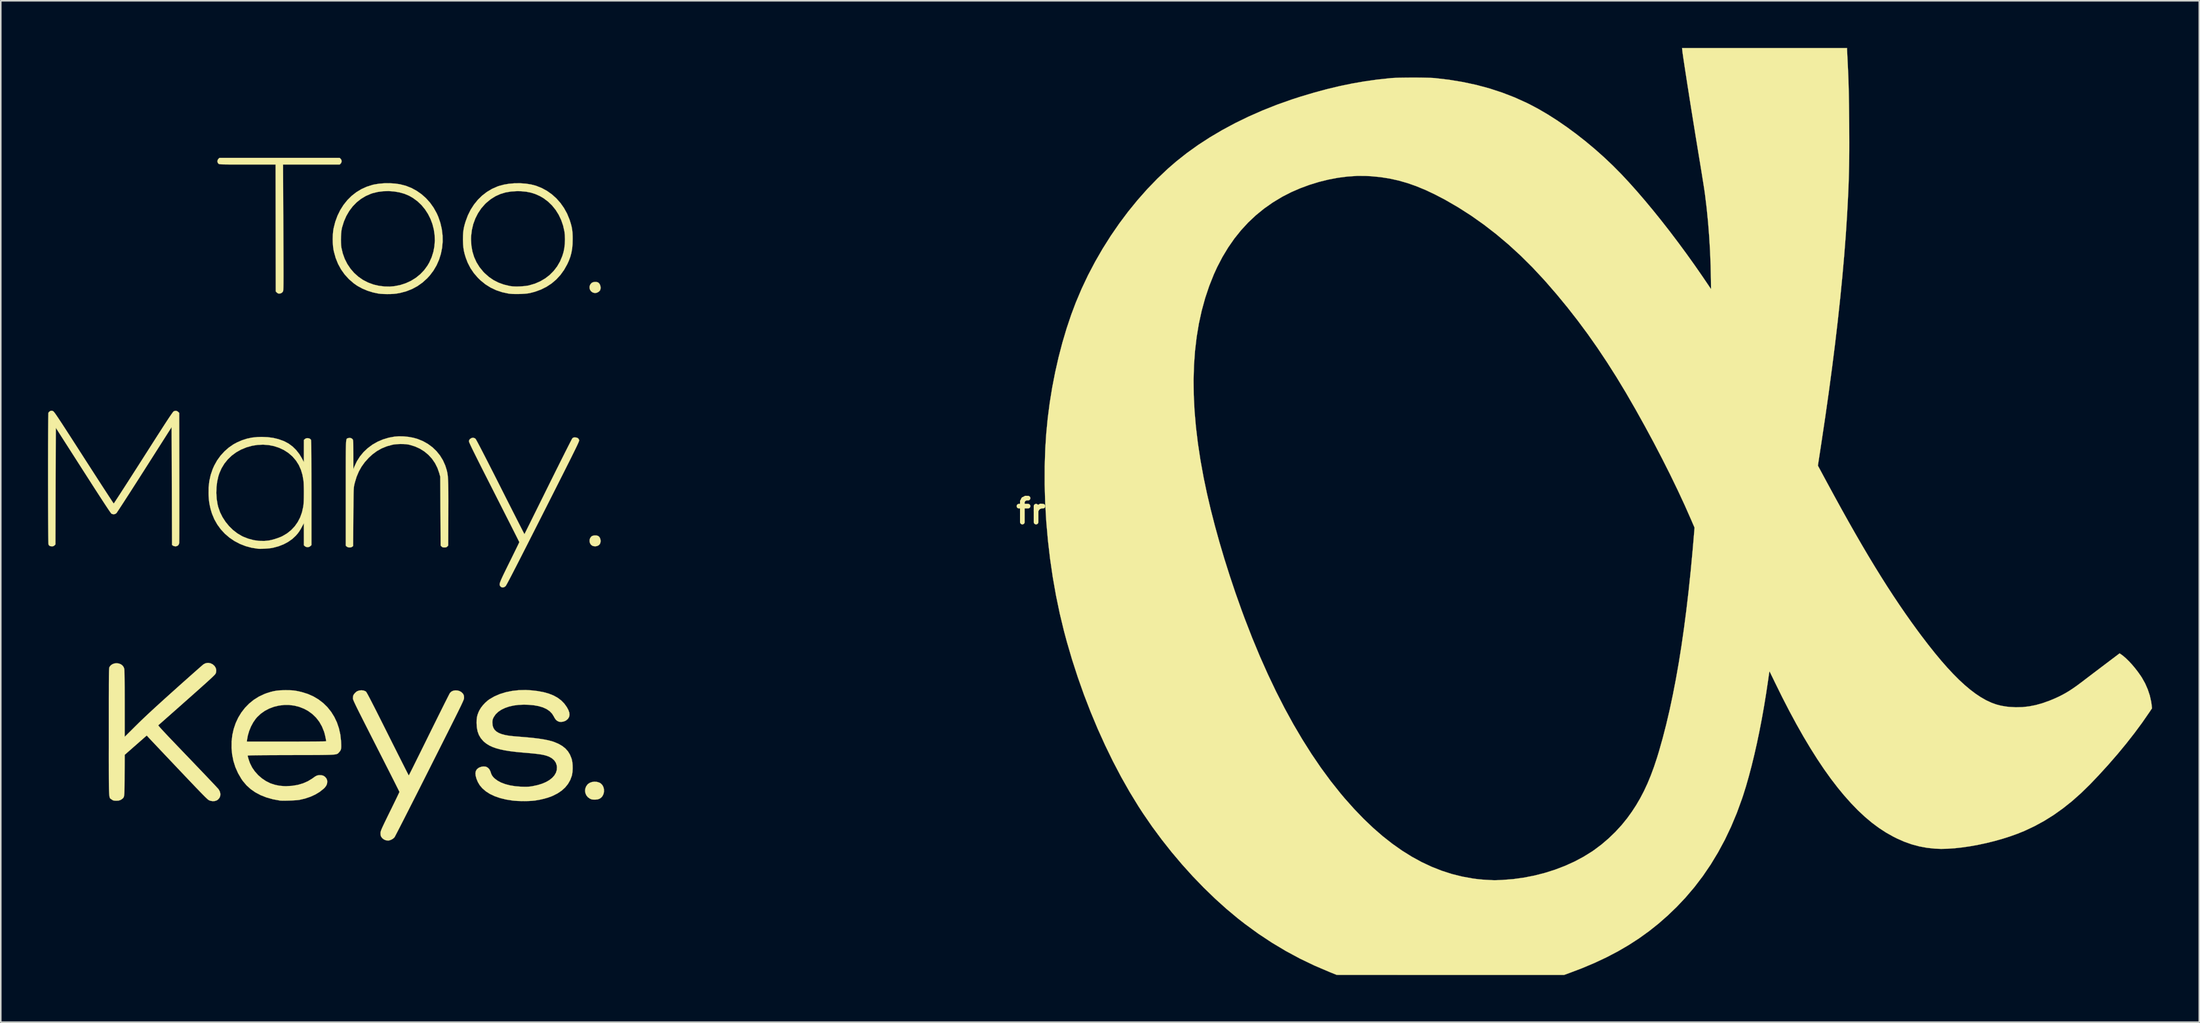
<source format=kicad_pcb>
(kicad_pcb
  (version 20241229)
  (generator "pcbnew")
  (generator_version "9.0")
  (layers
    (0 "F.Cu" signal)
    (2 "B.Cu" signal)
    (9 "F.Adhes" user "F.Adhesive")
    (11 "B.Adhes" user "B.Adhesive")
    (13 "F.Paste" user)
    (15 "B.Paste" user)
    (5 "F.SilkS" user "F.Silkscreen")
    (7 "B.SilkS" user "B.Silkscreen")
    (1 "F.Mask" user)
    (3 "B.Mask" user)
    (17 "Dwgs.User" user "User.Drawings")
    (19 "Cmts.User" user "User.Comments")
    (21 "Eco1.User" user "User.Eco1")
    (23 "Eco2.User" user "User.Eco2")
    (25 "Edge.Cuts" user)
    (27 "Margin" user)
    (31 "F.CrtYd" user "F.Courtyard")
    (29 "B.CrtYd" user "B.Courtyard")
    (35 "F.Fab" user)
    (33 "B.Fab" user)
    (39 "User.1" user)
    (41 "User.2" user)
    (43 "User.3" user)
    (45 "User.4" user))
  (footprint "front_silk"
    (layer "F.Cu")
    (at 66.876 29.482)
    (property "Reference" "front_silk" (at 0 0 0) (layer "F.SilkS") (effects (font (size 1.524 1.524) (thickness 0.3))))
    (attr through_hole)
    (fp_poly (pts (xy -31.99 1.543) (xy -31.899 1.571) (xy -31.825 1.635) (xy -31.774 1.729) (xy -31.747 1.84) (xy -31.749 1.955) (xy -31.782 2.062) (xy -31.792 2.08) (xy -31.865 2.16) (xy -31.966 2.211) (xy -32.083 2.231) (xy -32.202 2.218) (xy -32.282 2.187) (xy -32.369 2.116) (xy -32.424 2.019) (xy -32.448 1.908) (xy -32.441 1.794) (xy -32.402 1.689) (xy -32.33 1.603) (xy -32.298 1.58) (xy -32.211 1.548) (xy -32.101 1.536) (xy -31.99 1.543)) (stroke (width 0.01) (type solid)) (fill yes) (layer "F.SilkS"))
    (fp_poly (pts (xy -31.993 -14.589) (xy -31.901 -14.557) (xy -31.893 -14.552) (xy -31.82 -14.479) (xy -31.77 -14.377) (xy -31.745 -14.262) (xy -31.75 -14.149) (xy -31.785 -14.051) (xy -31.795 -14.038) (xy -31.878 -13.959) (xy -31.987 -13.905) (xy -32.092 -13.887) (xy -32.172 -13.899) (xy -32.253 -13.926) (xy -32.259 -13.929) (xy -32.356 -14.002) (xy -32.42 -14.099) (xy -32.449 -14.211) (xy -32.443 -14.326) (xy -32.4 -14.434) (xy -32.321 -14.525) (xy -32.305 -14.537) (xy -32.215 -14.578) (xy -32.104 -14.595) (xy -31.993 -14.589)) (stroke (width 0.01) (type solid)) (fill yes) (layer "F.SilkS"))
    (fp_poly (pts (xy -31.973 17.219) (xy -31.825 17.265) (xy -31.737 17.316) (xy -31.637 17.417) (xy -31.569 17.544) (xy -31.533 17.687) (xy -31.53 17.837) (xy -31.56 17.984) (xy -31.624 18.118) (xy -31.7 18.209) (xy -31.801 18.284) (xy -31.921 18.329) (xy -32.071 18.347) (xy -32.124 18.348) (xy -32.232 18.345) (xy -32.313 18.331) (xy -32.389 18.302) (xy -32.431 18.282) (xy -32.558 18.191) (xy -32.652 18.073) (xy -32.711 17.937) (xy -32.733 17.791) (xy -32.718 17.643) (xy -32.664 17.502) (xy -32.571 17.376) (xy -32.556 17.36) (xy -32.435 17.277) (xy -32.29 17.225) (xy -32.132 17.206) (xy -31.973 17.219)) (stroke (width 0.01) (type solid)) (fill yes) (layer "F.SilkS"))
    (fp_poly (pts (xy -48.272 -22.428) (xy -48.22 -22.35) (xy -48.208 -22.259) (xy -48.234 -22.17) (xy -48.269 -22.125) (xy -48.327 -22.066) (xy -51.933 -22.066) (xy -51.915 -18.065) (xy -51.913 -17.55) (xy -51.911 -17.08) (xy -51.909 -16.654) (xy -51.908 -16.27) (xy -51.907 -15.925) (xy -51.906 -15.617) (xy -51.905 -15.343) (xy -51.905 -15.103) (xy -51.905 -14.894) (xy -51.906 -14.713) (xy -51.907 -14.558) (xy -51.908 -14.427) (xy -51.91 -14.319) (xy -51.912 -14.23) (xy -51.915 -14.159) (xy -51.918 -14.104) (xy -51.921 -14.062) (xy -51.925 -14.031) (xy -51.929 -14.009) (xy -51.934 -13.994) (xy -51.936 -13.989) (xy -52.004 -13.907) (xy -52.098 -13.86) (xy -52.21 -13.853) (xy -52.23 -13.856) (xy -52.282 -13.88) (xy -52.336 -13.924) (xy -52.338 -13.926) (xy -52.395 -13.987) (xy -52.401 -18.027) (xy -52.407 -22.066) (xy -54.191 -22.066) (xy -54.526 -22.066) (xy -54.816 -22.066) (xy -55.065 -22.067) (xy -55.276 -22.067) (xy -55.452 -22.068) (xy -55.597 -22.07) (xy -55.714 -22.072) (xy -55.806 -22.074) (xy -55.877 -22.077) (xy -55.93 -22.082) (xy -55.968 -22.087) (xy -55.995 -22.093) (xy -56.013 -22.1) (xy -56.027 -22.108) (xy -56.037 -22.116) (xy -56.088 -22.183) (xy -56.105 -22.269) (xy -56.087 -22.357) (xy -56.039 -22.428) (xy -55.977 -22.486) (xy -48.333 -22.486) (xy -48.272 -22.428)) (stroke (width 0.01) (type solid)) (fill yes) (layer "F.SilkS"))
    (fp_poly (pts (xy -44.812 -20.852) (xy -44.504 -20.808) (xy -44.133 -20.713) (xy -43.779 -20.574) (xy -43.445 -20.394) (xy -43.133 -20.176) (xy -42.846 -19.921) (xy -42.587 -19.633) (xy -42.36 -19.313) (xy -42.166 -18.964) (xy -42.07 -18.75) (xy -41.934 -18.357) (xy -41.842 -17.959) (xy -41.793 -17.558) (xy -41.786 -17.159) (xy -41.822 -16.765) (xy -41.899 -16.38) (xy -42.016 -16.008) (xy -42.173 -15.652) (xy -42.37 -15.316) (xy -42.605 -15.004) (xy -42.772 -14.822) (xy -43.069 -14.554) (xy -43.388 -14.327) (xy -43.731 -14.142) (xy -44.099 -13.997) (xy -44.493 -13.892) (xy -44.721 -13.852) (xy -44.892 -13.833) (xy -45.095 -13.822) (xy -45.312 -13.819) (xy -45.528 -13.824) (xy -45.727 -13.836) (xy -45.871 -13.853) (xy -46.224 -13.927) (xy -46.571 -14.036) (xy -46.902 -14.176) (xy -47.207 -14.343) (xy -47.436 -14.502) (xy -47.745 -14.771) (xy -48.015 -15.067) (xy -48.246 -15.392) (xy -48.437 -15.743) (xy -48.589 -16.121) (xy -48.7 -16.524) (xy -48.718 -16.606) (xy -48.751 -16.828) (xy -48.77 -17.078) (xy -48.774 -17.284) (xy -48.253 -17.284) (xy -48.25 -17.091) (xy -48.241 -16.918) (xy -48.224 -16.78) (xy -48.138 -16.41) (xy -48.012 -16.06) (xy -47.847 -15.734) (xy -47.646 -15.435) (xy -47.413 -15.164) (xy -47.147 -14.926) (xy -46.854 -14.722) (xy -46.533 -14.556) (xy -46.189 -14.429) (xy -46.173 -14.424) (xy -45.837 -14.347) (xy -45.492 -14.304) (xy -45.149 -14.297) (xy -44.861 -14.321) (xy -44.485 -14.395) (xy -44.129 -14.511) (xy -43.796 -14.665) (xy -43.489 -14.856) (xy -43.211 -15.082) (xy -42.964 -15.34) (xy -42.752 -15.63) (xy -42.636 -15.829) (xy -42.485 -16.164) (xy -42.377 -16.51) (xy -42.31 -16.863) (xy -42.284 -17.22) (xy -42.297 -17.577) (xy -42.348 -17.928) (xy -42.436 -18.272) (xy -42.559 -18.603) (xy -42.717 -18.917) (xy -42.908 -19.212) (xy -43.131 -19.482) (xy -43.385 -19.724) (xy -43.669 -19.933) (xy -43.928 -20.082) (xy -44.221 -20.204) (xy -44.54 -20.293) (xy -44.877 -20.35) (xy -45.224 -20.374) (xy -45.572 -20.363) (xy -45.913 -20.319) (xy -46.236 -20.24) (xy -46.344 -20.204) (xy -46.673 -20.061) (xy -46.978 -19.878) (xy -47.256 -19.657) (xy -47.505 -19.401) (xy -47.723 -19.112) (xy -47.91 -18.792) (xy -48.062 -18.444) (xy -48.178 -18.07) (xy -48.2 -17.977) (xy -48.222 -17.841) (xy -48.239 -17.672) (xy -48.249 -17.482) (xy -48.253 -17.284) (xy -48.774 -17.284) (xy -48.775 -17.342) (xy -48.767 -17.602) (xy -48.744 -17.845) (xy -48.718 -18.007) (xy -48.614 -18.418) (xy -48.472 -18.805) (xy -48.296 -19.165) (xy -48.086 -19.497) (xy -47.845 -19.798) (xy -47.575 -20.067) (xy -47.277 -20.3) (xy -46.955 -20.496) (xy -46.609 -20.653) (xy -46.242 -20.769) (xy -46.143 -20.792) (xy -45.833 -20.843) (xy -45.496 -20.871) (xy -45.151 -20.874) (xy -44.812 -20.852)) (stroke (width 0.01) (type solid)) (fill yes) (layer "F.SilkS"))
    (fp_poly (pts (xy -44.263 -4.765) (xy -43.956 -4.734) (xy -43.659 -4.68) (xy -43.389 -4.605) (xy -43.044 -4.465) (xy -42.725 -4.286) (xy -42.436 -4.072) (xy -42.179 -3.825) (xy -41.955 -3.548) (xy -41.768 -3.242) (xy -41.62 -2.911) (xy -41.531 -2.628) (xy -41.512 -2.551) (xy -41.495 -2.475) (xy -41.481 -2.394) (xy -41.468 -2.306) (xy -41.457 -2.208) (xy -41.449 -2.096) (xy -41.441 -1.966) (xy -41.435 -1.816) (xy -41.431 -1.642) (xy -41.428 -1.442) (xy -41.426 -1.21) (xy -41.425 -0.945) (xy -41.424 -0.642) (xy -41.425 -0.299) (xy -41.426 0.088) (xy -41.426 0.184) (xy -41.434 2.179) (xy -41.492 2.241) (xy -41.538 2.28) (xy -41.593 2.298) (xy -41.674 2.303) (xy -41.756 2.298) (xy -41.811 2.279) (xy -41.855 2.241) (xy -41.914 2.179) (xy -41.939 -2.195) (xy -42.002 -2.425) (xy -42.117 -2.756) (xy -42.271 -3.062) (xy -42.462 -3.34) (xy -42.687 -3.587) (xy -42.944 -3.802) (xy -43.23 -3.982) (xy -43.543 -4.124) (xy -43.879 -4.227) (xy -43.976 -4.248) (xy -44.119 -4.268) (xy -44.294 -4.278) (xy -44.483 -4.28) (xy -44.672 -4.272) (xy -44.845 -4.256) (xy -44.967 -4.236) (xy -45.327 -4.138) (xy -45.659 -4.004) (xy -45.967 -3.831) (xy -46.257 -3.616) (xy -46.483 -3.407) (xy -46.732 -3.132) (xy -46.941 -2.842) (xy -47.115 -2.532) (xy -47.257 -2.196) (xy -47.369 -1.826) (xy -47.4 -1.698) (xy -47.409 -1.655) (xy -47.418 -1.611) (xy -47.425 -1.565) (xy -47.431 -1.51) (xy -47.436 -1.445) (xy -47.441 -1.366) (xy -47.445 -1.269) (xy -47.448 -1.15) (xy -47.451 -1.006) (xy -47.453 -0.834) (xy -47.456 -0.629) (xy -47.458 -0.389) (xy -47.461 -0.109) (xy -47.463 0.213) (xy -47.464 0.368) (xy -47.478 2.211) (xy -47.535 2.257) (xy -47.614 2.295) (xy -47.711 2.305) (xy -47.807 2.289) (xy -47.883 2.248) (xy -47.887 2.244) (xy -47.946 2.185) (xy -47.946 -1.169) (xy -47.946 -1.643) (xy -47.946 -2.071) (xy -47.946 -2.455) (xy -47.946 -2.799) (xy -47.945 -3.104) (xy -47.945 -3.373) (xy -47.943 -3.608) (xy -47.942 -3.812) (xy -47.939 -3.986) (xy -47.936 -4.133) (xy -47.932 -4.256) (xy -47.927 -4.356) (xy -47.922 -4.437) (xy -47.915 -4.5) (xy -47.906 -4.547) (xy -47.897 -4.582) (xy -47.886 -4.606) (xy -47.874 -4.622) (xy -47.86 -4.632) (xy -47.844 -4.639) (xy -47.826 -4.644) (xy -47.807 -4.651) (xy -47.803 -4.653) (xy -47.705 -4.671) (xy -47.608 -4.654) (xy -47.529 -4.605) (xy -47.515 -4.589) (xy -47.503 -4.572) (xy -47.493 -4.551) (xy -47.484 -4.522) (xy -47.478 -4.481) (xy -47.473 -4.422) (xy -47.47 -4.341) (xy -47.468 -4.233) (xy -47.467 -4.093) (xy -47.466 -3.916) (xy -47.465 -3.698) (xy -47.465 -3.6) (xy -47.464 -2.674) (xy -47.397 -2.846) (xy -47.24 -3.18) (xy -47.044 -3.488) (xy -46.812 -3.769) (xy -46.546 -4.019) (xy -46.25 -4.239) (xy -45.927 -4.424) (xy -45.579 -4.573) (xy -45.209 -4.684) (xy -44.84 -4.751) (xy -44.563 -4.772) (xy -44.263 -4.765)) (stroke (width 0.01) (type solid)) (fill yes) (layer "F.SilkS"))
    (fp_poly (pts (xy -36.5 -20.847) (xy -36.164 -20.794) (xy -35.855 -20.714) (xy -35.848 -20.711) (xy -35.491 -20.569) (xy -35.154 -20.386) (xy -34.841 -20.163) (xy -34.554 -19.904) (xy -34.296 -19.612) (xy -34.07 -19.29) (xy -33.877 -18.939) (xy -33.722 -18.563) (xy -33.702 -18.504) (xy -33.636 -18.294) (xy -33.587 -18.103) (xy -33.554 -17.918) (xy -33.533 -17.724) (xy -33.523 -17.507) (xy -33.521 -17.329) (xy -33.529 -17.005) (xy -33.555 -16.715) (xy -33.602 -16.448) (xy -33.671 -16.193) (xy -33.766 -15.939) (xy -33.865 -15.722) (xy -34.066 -15.363) (xy -34.299 -15.039) (xy -34.563 -14.751) (xy -34.859 -14.499) (xy -35.186 -14.284) (xy -35.542 -14.106) (xy -35.928 -13.966) (xy -36.245 -13.884) (xy -36.388 -13.86) (xy -36.566 -13.842) (xy -36.767 -13.83) (xy -36.977 -13.823) (xy -37.185 -13.823) (xy -37.376 -13.83) (xy -37.539 -13.844) (xy -37.596 -13.852) (xy -38.003 -13.939) (xy -38.383 -14.066) (xy -38.737 -14.233) (xy -39.068 -14.441) (xy -39.376 -14.691) (xy -39.544 -14.854) (xy -39.801 -15.151) (xy -40.017 -15.47) (xy -40.194 -15.813) (xy -40.319 -16.139) (xy -40.385 -16.357) (xy -40.434 -16.56) (xy -40.467 -16.763) (xy -40.487 -16.981) (xy -40.495 -17.226) (xy -40.496 -17.304) (xy -39.983 -17.304) (xy -39.961 -16.909) (xy -39.896 -16.533) (xy -39.788 -16.179) (xy -39.637 -15.846) (xy -39.444 -15.534) (xy -39.208 -15.245) (xy -39.122 -15.155) (xy -38.851 -14.914) (xy -38.56 -14.714) (xy -38.244 -14.551) (xy -37.901 -14.426) (xy -37.527 -14.336) (xy -37.488 -14.329) (xy -37.334 -14.31) (xy -37.147 -14.302) (xy -36.941 -14.304) (xy -36.73 -14.315) (xy -36.528 -14.334) (xy -36.349 -14.362) (xy -36.289 -14.375) (xy -35.92 -14.484) (xy -35.578 -14.633) (xy -35.263 -14.819) (xy -34.978 -15.04) (xy -34.726 -15.295) (xy -34.507 -15.581) (xy -34.324 -15.897) (xy -34.18 -16.241) (xy -34.102 -16.495) (xy -34.052 -16.744) (xy -34.021 -17.02) (xy -34.01 -17.305) (xy -34.02 -17.582) (xy -34.045 -17.8) (xy -34.129 -18.177) (xy -34.252 -18.535) (xy -34.412 -18.871) (xy -34.606 -19.18) (xy -34.833 -19.461) (xy -35.09 -19.709) (xy -35.374 -19.921) (xy -35.606 -20.056) (xy -35.883 -20.181) (xy -36.168 -20.273) (xy -36.468 -20.333) (xy -36.793 -20.364) (xy -37.033 -20.37) (xy -37.42 -20.349) (xy -37.783 -20.289) (xy -38.121 -20.187) (xy -38.437 -20.044) (xy -38.732 -19.858) (xy -39.009 -19.63) (xy -39.097 -19.545) (xy -39.338 -19.268) (xy -39.543 -18.961) (xy -39.711 -18.629) (xy -39.841 -18.276) (xy -39.929 -17.905) (xy -39.976 -17.522) (xy -39.983 -17.304) (xy -40.496 -17.304) (xy -40.496 -17.317) (xy -40.493 -17.541) (xy -40.482 -17.732) (xy -40.461 -17.907) (xy -40.428 -18.081) (xy -40.38 -18.269) (xy -40.327 -18.444) (xy -40.185 -18.827) (xy -40.007 -19.186) (xy -39.794 -19.517) (xy -39.55 -19.818) (xy -39.277 -20.086) (xy -38.977 -20.318) (xy -38.653 -20.512) (xy -38.307 -20.665) (xy -38.216 -20.697) (xy -37.905 -20.782) (xy -37.567 -20.84) (xy -37.213 -20.87) (xy -36.854 -20.872) (xy -36.5 -20.847)) (stroke (width 0.01) (type solid)) (fill yes) (layer "F.SilkS"))
    (fp_poly (pts (xy -52.913 -4.716) (xy -52.561 -4.67) (xy -52.23 -4.591) (xy -51.911 -4.477) (xy -51.841 -4.447) (xy -51.574 -4.303) (xy -51.324 -4.117) (xy -51.097 -3.893) (xy -50.894 -3.634) (xy -50.725 -3.351) (xy -50.61 -3.13) (xy -50.609 -3.833) (xy -50.608 -4.535) (xy -50.549 -4.594) (xy -50.475 -4.64) (xy -50.383 -4.655) (xy -50.29 -4.643) (xy -50.209 -4.605) (xy -50.156 -4.543) (xy -50.155 -4.541) (xy -50.151 -4.516) (xy -50.147 -4.459) (xy -50.144 -4.369) (xy -50.141 -4.245) (xy -50.138 -4.084) (xy -50.136 -3.886) (xy -50.134 -3.65) (xy -50.132 -3.374) (xy -50.131 -3.057) (xy -50.13 -2.698) (xy -50.129 -2.295) (xy -50.129 -1.847) (xy -50.128 -1.354) (xy -50.128 -1.165) (xy -50.128 2.152) (xy -50.192 2.215) (xy -50.271 2.265) (xy -50.369 2.283) (xy -50.466 2.269) (xy -50.546 2.223) (xy -50.549 2.22) (xy -50.608 2.161) (xy -50.609 1.458) (xy -50.61 0.756) (xy -50.723 0.971) (xy -50.817 1.143) (xy -50.905 1.284) (xy -50.997 1.409) (xy -51.104 1.533) (xy -51.125 1.557) (xy -51.349 1.765) (xy -51.61 1.948) (xy -51.901 2.103) (xy -52.217 2.227) (xy -52.553 2.317) (xy -52.66 2.338) (xy -52.776 2.354) (xy -52.92 2.368) (xy -53.078 2.379) (xy -53.234 2.386) (xy -53.376 2.389) (xy -53.489 2.387) (xy -53.522 2.384) (xy -53.927 2.321) (xy -54.315 2.216) (xy -54.681 2.073) (xy -55.025 1.891) (xy -55.342 1.675) (xy -55.632 1.426) (xy -55.89 1.147) (xy -56.114 0.839) (xy -56.303 0.505) (xy -56.452 0.147) (xy -56.534 -0.124) (xy -56.585 -0.344) (xy -56.623 -0.545) (xy -56.648 -0.747) (xy -56.664 -0.969) (xy -56.668 -1.079) (xy -56.668 -1.16) (xy -56.175 -1.16) (xy -56.152 -0.79) (xy -56.094 -0.437) (xy -56.053 -0.27) (xy -55.939 0.057) (xy -55.783 0.372) (xy -55.59 0.67) (xy -55.366 0.945) (xy -55.115 1.191) (xy -54.84 1.404) (xy -54.548 1.577) (xy -54.467 1.617) (xy -54.136 1.746) (xy -53.796 1.836) (xy -53.455 1.884) (xy -53.119 1.89) (xy -52.824 1.858) (xy -52.648 1.82) (xy -52.453 1.765) (xy -52.257 1.7) (xy -52.079 1.631) (xy -51.971 1.581) (xy -51.679 1.408) (xy -51.419 1.2) (xy -51.192 0.959) (xy -51.001 0.688) (xy -50.846 0.39) (xy -50.729 0.065) (xy -50.652 -0.283) (xy -50.633 -0.42) (xy -50.624 -0.533) (xy -50.617 -0.683) (xy -50.612 -0.86) (xy -50.61 -1.053) (xy -50.609 -1.253) (xy -50.611 -1.45) (xy -50.616 -1.632) (xy -50.622 -1.791) (xy -50.631 -1.916) (xy -50.635 -1.955) (xy -50.698 -2.316) (xy -50.798 -2.647) (xy -50.934 -2.949) (xy -51.108 -3.224) (xy -51.321 -3.474) (xy -51.35 -3.503) (xy -51.6 -3.718) (xy -51.88 -3.898) (xy -52.184 -4.041) (xy -52.507 -4.147) (xy -52.846 -4.213) (xy -53.196 -4.24) (xy -53.552 -4.224) (xy -53.889 -4.171) (xy -54.255 -4.069) (xy -54.596 -3.93) (xy -54.909 -3.754) (xy -55.193 -3.545) (xy -55.444 -3.304) (xy -55.662 -3.034) (xy -55.843 -2.736) (xy -55.985 -2.412) (xy -56.041 -2.241) (xy -56.119 -1.897) (xy -56.164 -1.533) (xy -56.175 -1.16) (xy -56.668 -1.16) (xy -56.665 -1.511) (xy -56.62 -1.92) (xy -56.534 -2.31) (xy -56.406 -2.686) (xy -56.306 -2.91) (xy -56.125 -3.235) (xy -55.907 -3.537) (xy -55.657 -3.812) (xy -55.381 -4.055) (xy -55.084 -4.26) (xy -54.865 -4.379) (xy -54.543 -4.519) (xy -54.226 -4.621) (xy -53.903 -4.689) (xy -53.561 -4.724) (xy -53.294 -4.732) (xy -52.913 -4.716)) (stroke (width 0.01) (type solid)) (fill yes) (layer "F.SilkS"))
    (fp_poly (pts (xy -33.251 -4.684) (xy -33.167 -4.634) (xy -33.117 -4.552) (xy -33.11 -4.521) (xy -33.109 -4.509) (xy -33.112 -4.491) (xy -33.12 -4.465) (xy -33.132 -4.43) (xy -33.151 -4.385) (xy -33.176 -4.326) (xy -33.209 -4.254) (xy -33.25 -4.165) (xy -33.301 -4.058) (xy -33.362 -3.933) (xy -33.434 -3.786) (xy -33.518 -3.616) (xy -33.614 -3.422) (xy -33.724 -3.201) (xy -33.849 -2.953) (xy -33.988 -2.675) (xy -34.143 -2.366) (xy -34.316 -2.024) (xy -34.506 -1.647) (xy -34.714 -1.234) (xy -34.942 -0.783) (xy -35.19 -0.292) (xy -35.401 0.125) (xy -35.682 0.681) (xy -35.943 1.196) (xy -36.183 1.669) (xy -36.403 2.104) (xy -36.605 2.501) (xy -36.788 2.861) (xy -36.954 3.186) (xy -37.102 3.476) (xy -37.235 3.733) (xy -37.351 3.959) (xy -37.452 4.154) (xy -37.539 4.32) (xy -37.612 4.458) (xy -37.672 4.569) (xy -37.719 4.654) (xy -37.755 4.715) (xy -37.778 4.753) (xy -37.79 4.767) (xy -37.878 4.828) (xy -37.969 4.849) (xy -38.052 4.83) (xy -38.11 4.782) (xy -38.133 4.752) (xy -38.15 4.723) (xy -38.16 4.69) (xy -38.164 4.651) (xy -38.158 4.602) (xy -38.142 4.54) (xy -38.114 4.462) (xy -38.074 4.363) (xy -38.019 4.24) (xy -37.95 4.091) (xy -37.863 3.911) (xy -37.759 3.698) (xy -37.636 3.447) (xy -37.536 3.246) (xy -37.423 3.017) (xy -37.317 2.8) (xy -37.219 2.6) (xy -37.131 2.421) (xy -37.056 2.266) (xy -36.994 2.139) (xy -36.949 2.043) (xy -36.921 1.984) (xy -36.913 1.964) (xy -36.923 1.941) (xy -36.955 1.878) (xy -37.005 1.776) (xy -37.074 1.639) (xy -37.16 1.468) (xy -37.261 1.267) (xy -37.377 1.037) (xy -37.506 0.781) (xy -37.648 0.502) (xy -37.8 0.201) (xy -37.962 -0.119) (xy -38.133 -0.456) (xy -38.311 -0.807) (xy -38.495 -1.17) (xy -38.512 -1.204) (xy -38.738 -1.649) (xy -38.943 -2.053) (xy -39.128 -2.418) (xy -39.294 -2.746) (xy -39.441 -3.038) (xy -39.571 -3.297) (xy -39.684 -3.524) (xy -39.782 -3.721) (xy -39.865 -3.89) (xy -39.935 -4.033) (xy -39.991 -4.152) (xy -40.036 -4.248) (xy -40.069 -4.323) (xy -40.093 -4.379) (xy -40.107 -4.418) (xy -40.113 -4.442) (xy -40.113 -4.446) (xy -40.105 -4.517) (xy -40.072 -4.572) (xy -40.036 -4.608) (xy -39.941 -4.665) (xy -39.841 -4.679) (xy -39.745 -4.647) (xy -39.698 -4.611) (xy -39.675 -4.579) (xy -39.632 -4.503) (xy -39.567 -4.385) (xy -39.482 -4.225) (xy -39.376 -4.022) (xy -39.249 -3.777) (xy -39.102 -3.491) (xy -38.934 -3.163) (xy -38.746 -2.793) (xy -38.537 -2.383) (xy -38.308 -1.931) (xy -38.111 -1.54) (xy -37.932 -1.185) (xy -37.759 -0.842) (xy -37.593 -0.514) (xy -37.435 -0.202) (xy -37.287 0.09) (xy -37.149 0.361) (xy -37.024 0.607) (xy -36.912 0.827) (xy -36.814 1.019) (xy -36.733 1.178) (xy -36.668 1.304) (xy -36.621 1.394) (xy -36.594 1.445) (xy -36.587 1.457) (xy -36.575 1.435) (xy -36.544 1.372) (xy -36.494 1.272) (xy -36.426 1.135) (xy -36.342 0.965) (xy -36.242 0.765) (xy -36.129 0.536) (xy -36.003 0.281) (xy -35.865 0.003) (xy -35.717 -0.296) (xy -35.56 -0.614) (xy -35.394 -0.948) (xy -35.223 -1.295) (xy -35.092 -1.56) (xy -34.915 -1.918) (xy -34.743 -2.264) (xy -34.578 -2.597) (xy -34.42 -2.913) (xy -34.272 -3.211) (xy -34.133 -3.487) (xy -34.007 -3.74) (xy -33.892 -3.967) (xy -33.792 -4.165) (xy -33.707 -4.331) (xy -33.639 -4.464) (xy -33.588 -4.561) (xy -33.557 -4.619) (xy -33.547 -4.635) (xy -33.501 -4.677) (xy -33.449 -4.696) (xy -33.37 -4.701) (xy -33.369 -4.701) (xy -33.251 -4.684)) (stroke (width 0.01) (type solid)) (fill yes) (layer "F.SilkS"))
    (fp_poly (pts (xy -66.566 -6.377) (xy -66.552 -6.371) (xy -66.537 -6.36) (xy -66.519 -6.343) (xy -66.496 -6.318) (xy -66.467 -6.283) (xy -66.432 -6.237) (xy -66.388 -6.176) (xy -66.335 -6.099) (xy -66.271 -6.005) (xy -66.194 -5.89) (xy -66.105 -5.754) (xy -66 -5.595) (xy -65.879 -5.409) (xy -65.741 -5.196) (xy -65.585 -4.954) (xy -65.408 -4.68) (xy -65.21 -4.372) (xy -64.99 -4.03) (xy -64.746 -3.65) (xy -64.597 -3.417) (xy -64.378 -3.077) (xy -64.166 -2.748) (xy -63.963 -2.432) (xy -63.769 -2.132) (xy -63.587 -1.85) (xy -63.418 -1.588) (xy -63.262 -1.349) (xy -63.123 -1.135) (xy -63 -0.947) (xy -62.896 -0.788) (xy -62.813 -0.661) (xy -62.75 -0.568) (xy -62.711 -0.511) (xy -62.696 -0.492) (xy -62.681 -0.512) (xy -62.642 -0.57) (xy -62.579 -0.664) (xy -62.496 -0.791) (xy -62.392 -0.951) (xy -62.27 -1.139) (xy -62.131 -1.354) (xy -61.976 -1.594) (xy -61.807 -1.857) (xy -61.626 -2.139) (xy -61.434 -2.44) (xy -61.231 -2.756) (xy -61.021 -3.085) (xy -60.817 -3.405) (xy -60.557 -3.812) (xy -60.322 -4.181) (xy -60.111 -4.512) (xy -59.921 -4.809) (xy -59.751 -5.072) (xy -59.602 -5.305) (xy -59.47 -5.509) (xy -59.356 -5.685) (xy -59.257 -5.836) (xy -59.173 -5.963) (xy -59.101 -6.069) (xy -59.042 -6.155) (xy -58.994 -6.224) (xy -58.955 -6.276) (xy -58.925 -6.315) (xy -58.901 -6.341) (xy -58.883 -6.357) (xy -58.874 -6.364) (xy -58.771 -6.395) (xy -58.676 -6.378) (xy -58.592 -6.317) (xy -58.535 -6.256) (xy -58.528 -2.151) (xy -58.528 -1.709) (xy -58.527 -1.28) (xy -58.527 -0.866) (xy -58.527 -0.469) (xy -58.527 -0.092) (xy -58.527 0.263) (xy -58.527 0.592) (xy -58.528 0.895) (xy -58.529 1.167) (xy -58.529 1.407) (xy -58.53 1.613) (xy -58.531 1.78) (xy -58.533 1.908) (xy -58.534 1.993) (xy -58.536 2.033) (xy -58.536 2.035) (xy -58.574 2.135) (xy -58.646 2.201) (xy -58.746 2.23) (xy -58.771 2.231) (xy -58.876 2.215) (xy -58.934 2.185) (xy -58.991 2.139) (xy -59.003 -1.61) (xy -59.015 -5.358) (xy -60.738 -2.649) (xy -60.948 -2.32) (xy -61.151 -2.001) (xy -61.347 -1.696) (xy -61.533 -1.405) (xy -61.708 -1.132) (xy -61.871 -0.88) (xy -62.019 -0.65) (xy -62.152 -0.445) (xy -62.268 -0.268) (xy -62.364 -0.12) (xy -62.441 -0.005) (xy -62.495 0.076) (xy -62.526 0.119) (xy -62.532 0.126) (xy -62.621 0.179) (xy -62.724 0.191) (xy -62.831 0.16) (xy -62.836 0.158) (xy -62.855 0.138) (xy -62.892 0.089) (xy -62.948 0.011) (xy -63.023 -0.098) (xy -63.117 -0.239) (xy -63.232 -0.413) (xy -63.368 -0.621) (xy -63.526 -0.864) (xy -63.706 -1.142) (xy -63.91 -1.457) (xy -64.136 -1.81) (xy -64.387 -2.201) (xy -64.639 -2.594) (xy -66.378 -5.313) (xy -66.39 -1.603) (xy -66.402 2.107) (xy -66.46 2.169) (xy -66.512 2.21) (xy -66.574 2.228) (xy -66.628 2.23) (xy -66.703 2.223) (xy -66.762 2.207) (xy -66.776 2.2) (xy -66.818 2.155) (xy -66.842 2.118) (xy -66.845 2.088) (xy -66.848 2.014) (xy -66.851 1.897) (xy -66.854 1.741) (xy -66.857 1.549) (xy -66.859 1.324) (xy -66.861 1.07) (xy -66.863 0.788) (xy -66.865 0.482) (xy -66.866 0.156) (xy -66.868 -0.189) (xy -66.869 -0.549) (xy -66.87 -0.92) (xy -66.87 -1.301) (xy -66.871 -1.687) (xy -66.871 -2.077) (xy -66.871 -2.467) (xy -66.871 -2.853) (xy -66.871 -3.234) (xy -66.87 -3.605) (xy -66.87 -3.965) (xy -66.869 -4.31) (xy -66.867 -4.636) (xy -66.866 -4.942) (xy -66.864 -5.223) (xy -66.862 -5.478) (xy -66.86 -5.703) (xy -66.858 -5.894) (xy -66.855 -6.05) (xy -66.853 -6.167) (xy -66.85 -6.241) (xy -66.846 -6.271) (xy -66.809 -6.322) (xy -66.749 -6.367) (xy -66.74 -6.372) (xy -66.679 -6.396) (xy -66.629 -6.397) (xy -66.566 -6.377)) (stroke (width 0.01) (type solid)) (fill yes) (layer "F.SilkS"))
    (fp_poly (pts (xy -46.802 11.407) (xy -46.682 11.46) (xy -46.67 11.468) (xy -46.655 11.485) (xy -46.631 11.519) (xy -46.598 11.574) (xy -46.555 11.65) (xy -46.501 11.75) (xy -46.434 11.876) (xy -46.355 12.029) (xy -46.261 12.212) (xy -46.152 12.425) (xy -46.026 12.672) (xy -45.884 12.954) (xy -45.724 13.272) (xy -45.545 13.629) (xy -45.346 14.027) (xy -45.277 14.165) (xy -45.11 14.499) (xy -44.949 14.82) (xy -44.795 15.126) (xy -44.65 15.416) (xy -44.514 15.685) (xy -44.39 15.932) (xy -44.278 16.153) (xy -44.18 16.348) (xy -44.097 16.511) (xy -44.03 16.642) (xy -43.981 16.738) (xy -43.95 16.796) (xy -43.94 16.813) (xy -43.928 16.792) (xy -43.897 16.73) (xy -43.846 16.631) (xy -43.779 16.497) (xy -43.695 16.33) (xy -43.597 16.133) (xy -43.486 15.909) (xy -43.363 15.66) (xy -43.228 15.389) (xy -43.085 15.099) (xy -42.933 14.792) (xy -42.775 14.471) (xy -42.657 14.231) (xy -42.494 13.9) (xy -42.335 13.579) (xy -42.183 13.272) (xy -42.039 12.981) (xy -41.904 12.71) (xy -41.78 12.461) (xy -41.668 12.236) (xy -41.568 12.038) (xy -41.484 11.871) (xy -41.416 11.737) (xy -41.365 11.638) (xy -41.333 11.578) (xy -41.322 11.561) (xy -41.233 11.474) (xy -41.118 11.419) (xy -40.987 11.395) (xy -40.85 11.402) (xy -40.718 11.438) (xy -40.599 11.504) (xy -40.503 11.598) (xy -40.491 11.616) (xy -40.451 11.687) (xy -40.432 11.76) (xy -40.427 11.857) (xy -40.427 11.859) (xy -40.427 11.876) (xy -40.428 11.894) (xy -40.431 11.914) (xy -40.436 11.938) (xy -40.445 11.968) (xy -40.459 12.006) (xy -40.478 12.053) (xy -40.503 12.111) (xy -40.535 12.182) (xy -40.575 12.268) (xy -40.623 12.371) (xy -40.682 12.492) (xy -40.751 12.633) (xy -40.831 12.797) (xy -40.924 12.984) (xy -41.03 13.197) (xy -41.15 13.437) (xy -41.285 13.707) (xy -41.435 14.007) (xy -41.603 14.341) (xy -41.788 14.709) (xy -41.991 15.113) (xy -42.214 15.556) (xy -42.457 16.038) (xy -42.605 16.334) (xy -42.821 16.763) (xy -43.032 17.181) (xy -43.236 17.586) (xy -43.433 17.976) (xy -43.622 18.349) (xy -43.802 18.703) (xy -43.97 19.036) (xy -44.128 19.346) (xy -44.272 19.63) (xy -44.404 19.887) (xy -44.52 20.115) (xy -44.621 20.311) (xy -44.705 20.473) (xy -44.771 20.6) (xy -44.818 20.689) (xy -44.845 20.738) (xy -44.85 20.747) (xy -44.939 20.829) (xy -45.055 20.898) (xy -45.179 20.941) (xy -45.212 20.947) (xy -45.287 20.948) (xy -45.377 20.936) (xy -45.411 20.929) (xy -45.527 20.878) (xy -45.628 20.797) (xy -45.7 20.699) (xy -45.717 20.656) (xy -45.731 20.584) (xy -45.736 20.492) (xy -45.734 20.439) (xy -45.73 20.405) (xy -45.72 20.365) (xy -45.704 20.315) (xy -45.68 20.252) (xy -45.646 20.171) (xy -45.601 20.07) (xy -45.542 19.945) (xy -45.469 19.791) (xy -45.379 19.606) (xy -45.272 19.386) (xy -45.145 19.127) (xy -45.128 19.092) (xy -45.017 18.867) (xy -44.914 18.655) (xy -44.819 18.46) (xy -44.734 18.285) (xy -44.662 18.135) (xy -44.604 18.013) (xy -44.562 17.923) (xy -44.538 17.87) (xy -44.533 17.857) (xy -44.544 17.833) (xy -44.575 17.769) (xy -44.625 17.667) (xy -44.694 17.53) (xy -44.779 17.36) (xy -44.88 17.159) (xy -44.995 16.931) (xy -45.123 16.677) (xy -45.263 16.401) (xy -45.414 16.104) (xy -45.573 15.789) (xy -45.741 15.459) (xy -45.916 15.115) (xy -46.012 14.926) (xy -46.222 14.513) (xy -46.411 14.141) (xy -46.58 13.807) (xy -46.731 13.51) (xy -46.864 13.246) (xy -46.981 13.014) (xy -47.083 12.812) (xy -47.17 12.637) (xy -47.244 12.487) (xy -47.306 12.36) (xy -47.356 12.254) (xy -47.397 12.167) (xy -47.429 12.096) (xy -47.452 12.039) (xy -47.469 11.995) (xy -47.48 11.96) (xy -47.487 11.933) (xy -47.49 11.911) (xy -47.49 11.9) (xy -47.485 11.813) (xy -47.472 11.736) (xy -47.465 11.712) (xy -47.421 11.635) (xy -47.35 11.553) (xy -47.269 11.482) (xy -47.22 11.45) (xy -47.086 11.402) (xy -46.942 11.388) (xy -46.802 11.407)) (stroke (width 0.01) (type solid)) (fill yes) (layer "F.SilkS"))
    (fp_poly (pts (xy -51.58 11.384) (xy -51.411 11.39) (xy -51.26 11.402) (xy -51.114 11.423) (xy -50.959 11.453) (xy -50.779 11.495) (xy -50.74 11.505) (xy -50.359 11.623) (xy -50.004 11.781) (xy -49.676 11.976) (xy -49.378 12.205) (xy -49.11 12.468) (xy -48.875 12.762) (xy -48.675 13.084) (xy -48.509 13.433) (xy -48.382 13.807) (xy -48.293 14.202) (xy -48.246 14.619) (xy -48.242 14.692) (xy -48.236 14.86) (xy -48.235 14.988) (xy -48.242 15.085) (xy -48.258 15.16) (xy -48.284 15.221) (xy -48.322 15.276) (xy -48.356 15.315) (xy -48.382 15.343) (xy -48.403 15.369) (xy -48.425 15.391) (xy -48.448 15.412) (xy -48.476 15.429) (xy -48.511 15.444) (xy -48.556 15.458) (xy -48.613 15.469) (xy -48.686 15.478) (xy -48.776 15.486) (xy -48.887 15.492) (xy -49.021 15.497) (xy -49.181 15.501) (xy -49.369 15.504) (xy -49.588 15.507) (xy -49.841 15.508) (xy -50.13 15.51) (xy -50.458 15.511) (xy -50.827 15.511) (xy -51.241 15.512) (xy -51.43 15.513) (xy -51.87 15.514) (xy -52.264 15.515) (xy -52.615 15.517) (xy -52.923 15.518) (xy -53.193 15.52) (xy -53.425 15.522) (xy -53.621 15.525) (xy -53.784 15.527) (xy -53.916 15.53) (xy -54.019 15.533) (xy -54.095 15.537) (xy -54.146 15.541) (xy -54.174 15.545) (xy -54.182 15.549) (xy -54.174 15.597) (xy -54.153 15.678) (xy -54.123 15.778) (xy -54.087 15.887) (xy -54.05 15.991) (xy -54.029 16.044) (xy -53.898 16.306) (xy -53.725 16.555) (xy -53.518 16.786) (xy -53.282 16.992) (xy -53.025 17.166) (xy -52.754 17.302) (xy -52.707 17.32) (xy -52.441 17.407) (xy -52.17 17.462) (xy -51.879 17.488) (xy -51.735 17.491) (xy -51.36 17.47) (xy -51.002 17.411) (xy -50.667 17.313) (xy -50.357 17.178) (xy -50.076 17.007) (xy -50.017 16.964) (xy -49.902 16.882) (xy -49.807 16.829) (xy -49.718 16.8) (xy -49.621 16.79) (xy -49.591 16.789) (xy -49.459 16.799) (xy -49.356 16.833) (xy -49.267 16.895) (xy -49.257 16.905) (xy -49.173 17.005) (xy -49.131 17.114) (xy -49.122 17.214) (xy -49.138 17.342) (xy -49.188 17.46) (xy -49.277 17.578) (xy -49.353 17.654) (xy -49.596 17.848) (xy -49.877 18.019) (xy -50.191 18.163) (xy -50.534 18.279) (xy -50.89 18.362) (xy -50.976 18.374) (xy -51.097 18.385) (xy -51.245 18.394) (xy -51.408 18.403) (xy -51.577 18.409) (xy -51.742 18.413) (xy -51.892 18.415) (xy -52.018 18.413) (xy -52.11 18.408) (xy -52.131 18.406) (xy -52.572 18.325) (xy -52.978 18.212) (xy -53.35 18.066) (xy -53.688 17.888) (xy -53.991 17.677) (xy -54.258 17.434) (xy -54.49 17.159) (xy -54.576 17.036) (xy -54.792 16.666) (xy -54.962 16.284) (xy -55.087 15.886) (xy -55.169 15.472) (xy -55.206 15.063) (xy -55.202 14.655) (xy -54.233 14.655) (xy -51.713 14.655) (xy -51.361 14.655) (xy -51.025 14.654) (xy -50.707 14.653) (xy -50.412 14.652) (xy -50.141 14.65) (xy -49.899 14.649) (xy -49.687 14.646) (xy -49.509 14.644) (xy -49.368 14.642) (xy -49.266 14.639) (xy -49.207 14.636) (xy -49.193 14.634) (xy -49.199 14.572) (xy -49.215 14.478) (xy -49.238 14.363) (xy -49.266 14.241) (xy -49.295 14.126) (xy -49.323 14.03) (xy -49.327 14.018) (xy -49.46 13.691) (xy -49.628 13.395) (xy -49.832 13.131) (xy -50.069 12.901) (xy -50.34 12.704) (xy -50.59 12.568) (xy -50.898 12.446) (xy -51.217 12.365) (xy -51.543 12.325) (xy -51.869 12.325) (xy -52.192 12.362) (xy -52.506 12.437) (xy -52.806 12.549) (xy -53.087 12.695) (xy -53.345 12.876) (xy -53.574 13.091) (xy -53.666 13.197) (xy -53.828 13.429) (xy -53.97 13.693) (xy -54.086 13.976) (xy -54.171 14.265) (xy -54.217 14.517) (xy -54.233 14.655) (xy -55.202 14.655) (xy -55.202 14.645) (xy -55.157 14.241) (xy -55.07 13.852) (xy -54.945 13.482) (xy -54.783 13.132) (xy -54.585 12.807) (xy -54.354 12.508) (xy -54.091 12.238) (xy -53.799 12) (xy -53.478 11.797) (xy -53.131 11.632) (xy -52.94 11.561) (xy -52.725 11.495) (xy -52.527 11.446) (xy -52.333 11.413) (xy -52.126 11.393) (xy -51.893 11.384) (xy -51.783 11.383) (xy -51.58 11.384)) (stroke (width 0.01) (type solid)) (fill yes) (layer "F.SilkS"))
    (fp_poly (pts (xy -36.179 11.39) (xy -35.76 11.437) (xy -35.382 11.507) (xy -35.043 11.601) (xy -34.742 11.72) (xy -34.478 11.865) (xy -34.25 12.037) (xy -34.055 12.235) (xy -33.893 12.461) (xy -33.794 12.645) (xy -33.736 12.81) (xy -33.723 12.961) (xy -33.754 13.097) (xy -33.829 13.214) (xy -33.946 13.312) (xy -33.994 13.339) (xy -34.115 13.383) (xy -34.247 13.402) (xy -34.369 13.394) (xy -34.404 13.384) (xy -34.507 13.335) (xy -34.594 13.259) (xy -34.672 13.147) (xy -34.716 13.063) (xy -34.83 12.879) (xy -34.983 12.72) (xy -35.176 12.587) (xy -35.408 12.48) (xy -35.68 12.398) (xy -35.992 12.342) (xy -36.344 12.311) (xy -36.627 12.304) (xy -36.96 12.318) (xy -37.274 12.359) (xy -37.563 12.425) (xy -37.826 12.515) (xy -38.057 12.627) (xy -38.255 12.761) (xy -38.415 12.914) (xy -38.533 13.085) (xy -38.549 13.115) (xy -38.592 13.209) (xy -38.615 13.287) (xy -38.625 13.373) (xy -38.626 13.454) (xy -38.611 13.625) (xy -38.564 13.775) (xy -38.485 13.904) (xy -38.37 14.014) (xy -38.219 14.106) (xy -38.029 14.181) (xy -37.799 14.241) (xy -37.526 14.287) (xy -37.237 14.317) (xy -37.105 14.328) (xy -36.942 14.341) (xy -36.762 14.356) (xy -36.582 14.371) (xy -36.469 14.38) (xy -36.061 14.419) (xy -35.693 14.463) (xy -35.366 14.514) (xy -35.082 14.57) (xy -34.842 14.632) (xy -34.719 14.672) (xy -34.433 14.791) (xy -34.191 14.93) (xy -33.988 15.089) (xy -33.823 15.273) (xy -33.694 15.483) (xy -33.598 15.721) (xy -33.574 15.803) (xy -33.542 15.97) (xy -33.524 16.165) (xy -33.521 16.371) (xy -33.532 16.571) (xy -33.558 16.75) (xy -33.575 16.824) (xy -33.676 17.099) (xy -33.818 17.348) (xy -34 17.574) (xy -34.223 17.775) (xy -34.487 17.953) (xy -34.793 18.107) (xy -34.86 18.135) (xy -35.091 18.219) (xy -35.353 18.294) (xy -35.631 18.357) (xy -35.909 18.404) (xy -35.937 18.408) (xy -36.115 18.425) (xy -36.326 18.436) (xy -36.557 18.441) (xy -36.794 18.439) (xy -37.022 18.432) (xy -37.228 18.418) (xy -37.328 18.408) (xy -37.748 18.342) (xy -38.13 18.249) (xy -38.474 18.131) (xy -38.778 17.988) (xy -39.042 17.819) (xy -39.265 17.625) (xy -39.426 17.436) (xy -39.549 17.23) (xy -39.637 17.017) (xy -39.688 16.829) (xy -39.703 16.671) (xy -39.681 16.539) (xy -39.622 16.431) (xy -39.525 16.343) (xy -39.452 16.301) (xy -39.318 16.254) (xy -39.176 16.237) (xy -39.044 16.252) (xy -39.007 16.263) (xy -38.901 16.327) (xy -38.812 16.427) (xy -38.75 16.552) (xy -38.744 16.573) (xy -38.696 16.715) (xy -38.639 16.826) (xy -38.562 16.924) (xy -38.488 16.997) (xy -38.298 17.141) (xy -38.068 17.264) (xy -37.8 17.364) (xy -37.498 17.442) (xy -37.165 17.495) (xy -36.804 17.524) (xy -36.745 17.526) (xy -36.577 17.53) (xy -36.442 17.53) (xy -36.327 17.524) (xy -36.215 17.513) (xy -36.094 17.495) (xy -36.061 17.489) (xy -35.746 17.421) (xy -35.462 17.333) (xy -35.212 17.226) (xy -34.998 17.101) (xy -34.821 16.96) (xy -34.683 16.806) (xy -34.586 16.638) (xy -34.531 16.46) (xy -34.522 16.272) (xy -34.538 16.157) (xy -34.596 15.991) (xy -34.697 15.844) (xy -34.837 15.719) (xy -35.015 15.618) (xy -35.084 15.59) (xy -35.174 15.558) (xy -35.267 15.53) (xy -35.37 15.505) (xy -35.486 15.482) (xy -35.621 15.46) (xy -35.78 15.439) (xy -35.968 15.418) (xy -36.189 15.396) (xy -36.448 15.373) (xy -36.721 15.35) (xy -37.137 15.31) (xy -37.509 15.264) (xy -37.84 15.211) (xy -38.132 15.149) (xy -38.39 15.078) (xy -38.617 14.997) (xy -38.815 14.904) (xy -38.988 14.799) (xy -39.14 14.681) (xy -39.216 14.609) (xy -39.368 14.427) (xy -39.485 14.227) (xy -39.566 14.003) (xy -39.614 13.75) (xy -39.631 13.468) (xy -39.626 13.27) (xy -39.607 13.103) (xy -39.569 12.949) (xy -39.51 12.791) (xy -39.454 12.671) (xy -39.359 12.511) (xy -39.231 12.344) (xy -39.081 12.184) (xy -38.921 12.041) (xy -38.815 11.963) (xy -38.498 11.779) (xy -38.149 11.628) (xy -37.772 11.512) (xy -37.371 11.43) (xy -36.95 11.383) (xy -36.511 11.373) (xy -36.179 11.39)) (stroke (width 0.01) (type solid)) (fill yes) (layer "F.SilkS"))
    (fp_poly (pts (xy -56.551 9.669) (xy -56.406 9.739) (xy -56.398 9.745) (xy -56.287 9.845) (xy -56.213 9.967) (xy -56.179 10.1) (xy -56.188 10.238) (xy -56.215 10.318) (xy -56.227 10.339) (xy -56.248 10.368) (xy -56.28 10.405) (xy -56.325 10.452) (xy -56.385 10.511) (xy -56.462 10.585) (xy -56.558 10.675) (xy -56.675 10.782) (xy -56.815 10.91) (xy -56.981 11.058) (xy -57.173 11.231) (xy -57.395 11.429) (xy -57.648 11.654) (xy -57.934 11.908) (xy -58.045 12.006) (xy -58.295 12.228) (xy -58.536 12.442) (xy -58.764 12.644) (xy -58.978 12.833) (xy -59.174 13.007) (xy -59.351 13.163) (xy -59.506 13.3) (xy -59.635 13.415) (xy -59.738 13.505) (xy -59.812 13.57) (xy -59.853 13.606) (xy -59.861 13.613) (xy -59.861 13.623) (xy -59.846 13.647) (xy -59.817 13.685) (xy -59.77 13.74) (xy -59.706 13.813) (xy -59.622 13.905) (xy -59.517 14.019) (xy -59.389 14.156) (xy -59.238 14.317) (xy -59.06 14.504) (xy -58.855 14.718) (xy -58.622 14.962) (xy -58.359 15.237) (xy -58.064 15.545) (xy -57.996 15.616) (xy -57.746 15.876) (xy -57.505 16.128) (xy -57.274 16.37) (xy -57.056 16.599) (xy -56.852 16.812) (xy -56.666 17.008) (xy -56.5 17.184) (xy -56.354 17.338) (xy -56.233 17.467) (xy -56.138 17.57) (xy -56.07 17.643) (xy -56.033 17.685) (xy -56.028 17.692) (xy -55.951 17.834) (xy -55.917 17.976) (xy -55.925 18.111) (xy -55.974 18.233) (xy -56.062 18.337) (xy -56.137 18.39) (xy -56.263 18.435) (xy -56.405 18.445) (xy -56.552 18.42) (xy -56.644 18.384) (xy -56.668 18.369) (xy -56.702 18.344) (xy -56.745 18.306) (xy -56.801 18.254) (xy -56.872 18.187) (xy -56.958 18.101) (xy -57.062 17.996) (xy -57.185 17.87) (xy -57.33 17.72) (xy -57.498 17.546) (xy -57.69 17.344) (xy -57.909 17.114) (xy -58.157 16.853) (xy -58.435 16.56) (xy -58.573 16.414) (xy -58.817 16.156) (xy -59.053 15.907) (xy -59.279 15.668) (xy -59.493 15.442) (xy -59.693 15.231) (xy -59.875 15.038) (xy -60.038 14.865) (xy -60.18 14.714) (xy -60.299 14.589) (xy -60.391 14.491) (xy -60.455 14.423) (xy -60.489 14.386) (xy -60.49 14.385) (xy -60.598 14.266) (xy -61.298 14.881) (xy -61.999 15.496) (xy -62.006 16.796) (xy -62.007 17.088) (xy -62.009 17.336) (xy -62.011 17.543) (xy -62.014 17.715) (xy -62.018 17.854) (xy -62.023 17.966) (xy -62.031 18.053) (xy -62.041 18.119) (xy -62.055 18.17) (xy -62.071 18.208) (xy -62.091 18.238) (xy -62.116 18.264) (xy -62.145 18.289) (xy -62.167 18.308) (xy -62.272 18.374) (xy -62.396 18.41) (xy -62.549 18.418) (xy -62.577 18.416) (xy -62.674 18.408) (xy -62.742 18.391) (xy -62.799 18.359) (xy -62.833 18.334) (xy -62.855 18.318) (xy -62.875 18.305) (xy -62.894 18.293) (xy -62.91 18.281) (xy -62.925 18.265) (xy -62.939 18.244) (xy -62.95 18.215) (xy -62.961 18.177) (xy -62.97 18.127) (xy -62.978 18.063) (xy -62.985 17.983) (xy -62.99 17.885) (xy -62.995 17.766) (xy -62.999 17.626) (xy -63.002 17.46) (xy -63.004 17.268) (xy -63.006 17.047) (xy -63.007 16.794) (xy -63.008 16.509) (xy -63.008 16.188) (xy -63.009 15.83) (xy -63.009 15.432) (xy -63.008 14.992) (xy -63.008 14.509) (xy -63.008 14.043) (xy -63.008 13.526) (xy -63.008 13.054) (xy -63.008 12.627) (xy -63.008 12.24) (xy -63.008 11.894) (xy -63.007 11.584) (xy -63.006 11.309) (xy -63.006 11.067) (xy -63.005 10.855) (xy -63.003 10.672) (xy -63.002 10.515) (xy -63 10.382) (xy -62.998 10.272) (xy -62.996 10.18) (xy -62.993 10.107) (xy -62.99 10.049) (xy -62.986 10.004) (xy -62.982 9.97) (xy -62.978 9.945) (xy -62.973 9.927) (xy -62.968 9.913) (xy -62.964 9.905) (xy -62.883 9.801) (xy -62.773 9.726) (xy -62.644 9.681) (xy -62.505 9.668) (xy -62.366 9.687) (xy -62.237 9.739) (xy -62.143 9.812) (xy -62.07 9.906) (xy -62.029 10.016) (xy -62.027 10.024) (xy -62.022 10.07) (xy -62.017 10.157) (xy -62.013 10.284) (xy -62.01 10.453) (xy -62.007 10.665) (xy -62.005 10.92) (xy -62.003 11.22) (xy -62.002 11.566) (xy -62.001 11.958) (xy -62.001 12.251) (xy -62.001 14.354) (xy -61.263 13.621) (xy -61.093 13.453) (xy -60.912 13.277) (xy -60.715 13.09) (xy -60.501 12.889) (xy -60.267 12.671) (xy -60.01 12.435) (xy -59.727 12.177) (xy -59.415 11.894) (xy -59.072 11.585) (xy -58.802 11.343) (xy -58.555 11.121) (xy -58.317 10.908) (xy -58.089 10.706) (xy -57.876 10.516) (xy -57.679 10.341) (xy -57.501 10.184) (xy -57.345 10.046) (xy -57.214 9.93) (xy -57.109 9.839) (xy -57.034 9.774) (xy -56.99 9.738) (xy -56.983 9.733) (xy -56.845 9.666) (xy -56.699 9.644) (xy -56.551 9.669)) (stroke (width 0.01) (type solid)) (fill yes) (layer "F.SilkS"))
    (fp_poly (pts (xy 47.49 -29.403) (xy 47.491 -29.361) (xy 47.495 -29.277) (xy 47.5 -29.159) (xy 47.507 -29.014) (xy 47.515 -28.848) (xy 47.524 -28.668) (xy 47.526 -28.63) (xy 47.541 -28.316) (xy 47.555 -28.017) (xy 47.567 -27.726) (xy 47.578 -27.438) (xy 47.587 -27.148) (xy 47.595 -26.849) (xy 47.602 -26.536) (xy 47.608 -26.204) (xy 47.614 -25.846) (xy 47.618 -25.458) (xy 47.622 -25.032) (xy 47.626 -24.565) (xy 47.626 -24.561) (xy 47.629 -23.988) (xy 47.631 -23.456) (xy 47.63 -22.958) (xy 47.626 -22.487) (xy 47.62 -22.034) (xy 47.611 -21.594) (xy 47.599 -21.158) (xy 47.584 -20.721) (xy 47.565 -20.273) (xy 47.543 -19.81) (xy 47.517 -19.322) (xy 47.489 -18.816) (xy 47.408 -17.566) (xy 47.308 -16.272) (xy 47.19 -14.934) (xy 47.054 -13.551) (xy 46.9 -12.124) (xy 46.728 -10.653) (xy 46.537 -9.138) (xy 46.328 -7.578) (xy 46.1 -5.975) (xy 45.854 -4.327) (xy 45.819 -4.097) (xy 45.636 -2.905) (xy 46.195 -1.866) (xy 46.675 -0.982) (xy 47.138 -0.139) (xy 47.586 0.664) (xy 48.021 1.431) (xy 48.444 2.162) (xy 48.857 2.862) (xy 49.262 3.532) (xy 49.659 4.174) (xy 50.05 4.792) (xy 50.438 5.388) (xy 50.823 5.965) (xy 51.207 6.524) (xy 51.591 7.068) (xy 51.977 7.6) (xy 52.202 7.903) (xy 52.642 8.479) (xy 53.065 9.012) (xy 53.472 9.502) (xy 53.865 9.95) (xy 54.245 10.358) (xy 54.612 10.726) (xy 54.968 11.055) (xy 55.314 11.347) (xy 55.65 11.602) (xy 55.979 11.822) (xy 56.3 12.007) (xy 56.389 12.052) (xy 56.683 12.187) (xy 56.973 12.291) (xy 57.272 12.369) (xy 57.595 12.424) (xy 57.79 12.447) (xy 58.217 12.471) (xy 58.639 12.461) (xy 59.059 12.414) (xy 59.485 12.33) (xy 59.92 12.208) (xy 60.371 12.046) (xy 60.697 11.91) (xy 60.943 11.797) (xy 61.176 11.68) (xy 61.401 11.555) (xy 61.628 11.418) (xy 61.863 11.262) (xy 62.115 11.085) (xy 62.39 10.88) (xy 62.505 10.793) (xy 62.606 10.715) (xy 62.74 10.613) (xy 62.9 10.491) (xy 63.081 10.353) (xy 63.277 10.205) (xy 63.481 10.05) (xy 63.688 9.893) (xy 63.857 9.765) (xy 64.814 9.041) (xy 64.876 9.081) (xy 65.042 9.202) (xy 65.223 9.36) (xy 65.414 9.547) (xy 65.609 9.758) (xy 65.801 9.987) (xy 65.985 10.225) (xy 66.156 10.468) (xy 66.235 10.589) (xy 66.438 10.951) (xy 66.605 11.332) (xy 66.735 11.722) (xy 66.823 12.114) (xy 66.858 12.368) (xy 66.874 12.539) (xy 66.7 12.799) (xy 66.251 13.449) (xy 65.761 14.112) (xy 65.236 14.783) (xy 64.679 15.458) (xy 64.094 16.131) (xy 63.486 16.798) (xy 62.937 17.374) (xy 62.369 17.93) (xy 61.796 18.44) (xy 61.214 18.904) (xy 60.623 19.325) (xy 60.019 19.703) (xy 59.402 20.039) (xy 58.77 20.336) (xy 58.751 20.345) (xy 58.309 20.523) (xy 57.84 20.691) (xy 57.352 20.846) (xy 56.851 20.986) (xy 56.342 21.112) (xy 55.832 21.221) (xy 55.326 21.313) (xy 54.831 21.386) (xy 54.353 21.439) (xy 53.898 21.471) (xy 53.472 21.481) (xy 53.083 21.467) (xy 52.573 21.413) (xy 52.081 21.322) (xy 51.601 21.193) (xy 51.125 21.024) (xy 50.645 20.811) (xy 50.431 20.703) (xy 49.971 20.445) (xy 49.519 20.15) (xy 49.072 19.818) (xy 48.629 19.445) (xy 48.187 19.032) (xy 47.745 18.576) (xy 47.3 18.075) (xy 46.899 17.588) (xy 46.469 17.028) (xy 46.035 16.422) (xy 45.598 15.769) (xy 45.158 15.071) (xy 44.715 14.329) (xy 44.27 13.542) (xy 43.823 12.713) (xy 43.375 11.842) (xy 42.926 10.93) (xy 42.915 10.909) (xy 42.832 10.736) (xy 42.755 10.577) (xy 42.687 10.439) (xy 42.631 10.325) (xy 42.589 10.24) (xy 42.564 10.19) (xy 42.556 10.178) (xy 42.552 10.203) (xy 42.541 10.268) (xy 42.526 10.368) (xy 42.507 10.497) (xy 42.486 10.647) (xy 42.465 10.794) (xy 42.342 11.615) (xy 42.21 12.426) (xy 42.068 13.224) (xy 41.917 14.003) (xy 41.759 14.76) (xy 41.594 15.491) (xy 41.423 16.193) (xy 41.247 16.859) (xy 41.068 17.488) (xy 40.885 18.074) (xy 40.813 18.288) (xy 40.484 19.193) (xy 40.12 20.063) (xy 39.722 20.901) (xy 39.289 21.704) (xy 38.823 22.475) (xy 38.322 23.212) (xy 37.787 23.915) (xy 37.217 24.584) (xy 36.661 25.173) (xy 36.091 25.721) (xy 35.505 26.236) (xy 34.898 26.719) (xy 34.268 27.173) (xy 33.611 27.599) (xy 32.925 28) (xy 32.205 28.377) (xy 31.45 28.732) (xy 30.656 29.068) (xy 29.903 29.355) (xy 29.502 29.501) (xy 22.276 29.501) (xy 15.051 29.5) (xy 14.583 29.312) (xy 13.631 28.905) (xy 12.706 28.46) (xy 11.804 27.974) (xy 10.924 27.446) (xy 10.063 26.876) (xy 9.22 26.261) (xy 8.766 25.907) (xy 8.037 25.298) (xy 7.314 24.646) (xy 6.6 23.954) (xy 5.899 23.228) (xy 5.216 22.47) (xy 4.554 21.686) (xy 3.917 20.879) (xy 3.308 20.055) (xy 2.732 19.216) (xy 2.441 18.768) (xy 1.884 17.856) (xy 1.344 16.902) (xy 0.825 15.912) (xy 0.327 14.889) (xy -0.148 13.838) (xy -0.597 12.762) (xy -1.02 11.666) (xy -1.413 10.554) (xy -1.777 9.43) (xy -2.108 8.298) (xy -2.288 7.627) (xy -2.558 6.508) (xy -2.796 5.363) (xy -3.001 4.2) (xy -3.173 3.022) (xy -3.311 1.837) (xy -3.415 0.65) (xy -3.484 -0.535) (xy -3.517 -1.71) (xy -3.515 -2.871) (xy -3.477 -4.012) (xy -3.417 -4.941) (xy -3.323 -5.916) (xy -3.197 -6.895) (xy -3.039 -7.872) (xy -2.943 -8.365) (xy 5.949 -8.365) (xy 5.96 -7.399) (xy 6.009 -6.404) (xy 6.097 -5.38) (xy 6.223 -4.328) (xy 6.387 -3.246) (xy 6.589 -2.136) (xy 6.599 -2.087) (xy 6.803 -1.116) (xy 7.038 -0.114) (xy 7.301 0.914) (xy 7.591 1.963) (xy 7.907 3.028) (xy 8.247 4.104) (xy 8.609 5.186) (xy 8.993 6.269) (xy 9.198 6.825) (xy 9.673 8.049) (xy 10.164 9.233) (xy 10.672 10.374) (xy 11.195 11.473) (xy 11.734 12.53) (xy 12.289 13.544) (xy 12.86 14.514) (xy 13.445 15.44) (xy 14.045 16.322) (xy 14.66 17.159) (xy 15.289 17.95) (xy 15.561 18.273) (xy 16.158 18.943) (xy 16.758 19.567) (xy 17.361 20.143) (xy 17.969 20.672) (xy 18.582 21.154) (xy 19.2 21.59) (xy 19.823 21.98) (xy 20.453 22.324) (xy 21.089 22.622) (xy 21.732 22.875) (xy 22.383 23.084) (xy 23.042 23.247) (xy 23.71 23.367) (xy 23.949 23.398) (xy 24.075 23.413) (xy 24.203 23.425) (xy 24.34 23.437) (xy 24.496 23.448) (xy 24.679 23.458) (xy 24.895 23.47) (xy 25.052 23.477) (xy 25.098 23.477) (xy 25.183 23.475) (xy 25.299 23.47) (xy 25.435 23.465) (xy 25.585 23.457) (xy 25.592 23.457) (xy 26.276 23.403) (xy 26.957 23.308) (xy 27.63 23.176) (xy 28.291 23.006) (xy 28.936 22.801) (xy 29.561 22.562) (xy 30.161 22.29) (xy 30.731 21.986) (xy 31.269 21.653) (xy 31.423 21.547) (xy 31.884 21.2) (xy 32.334 20.814) (xy 32.763 20.4) (xy 33.162 19.965) (xy 33.51 19.535) (xy 33.807 19.123) (xy 34.083 18.7) (xy 34.339 18.261) (xy 34.579 17.803) (xy 34.804 17.319) (xy 35.016 16.805) (xy 35.219 16.256) (xy 35.414 15.667) (xy 35.536 15.266) (xy 35.772 14.43) (xy 35.997 13.555) (xy 36.211 12.641) (xy 36.414 11.686) (xy 36.607 10.69) (xy 36.79 9.653) (xy 36.962 8.573) (xy 37.123 7.451) (xy 37.275 6.284) (xy 37.417 5.073) (xy 37.549 3.817) (xy 37.671 2.514) (xy 37.716 1.991) (xy 37.796 1.043) (xy 37.579 0.54) (xy 37.17 -0.386) (xy 36.726 -1.341) (xy 36.25 -2.325) (xy 35.742 -3.333) (xy 35.205 -4.365) (xy 34.638 -5.416) (xy 34.043 -6.486) (xy 34.028 -6.512) (xy 33.431 -7.546) (xy 32.833 -8.536) (xy 32.23 -9.486) (xy 31.62 -10.401) (xy 31 -11.284) (xy 30.366 -12.139) (xy 29.716 -12.972) (xy 29.048 -13.785) (xy 28.357 -14.583) (xy 28.208 -14.75) (xy 27.482 -15.529) (xy 26.737 -16.269) (xy 25.975 -16.968) (xy 25.197 -17.625) (xy 24.404 -18.239) (xy 23.597 -18.81) (xy 22.777 -19.336) (xy 21.946 -19.818) (xy 21.275 -20.169) (xy 20.681 -20.448) (xy 20.103 -20.687) (xy 19.535 -20.886) (xy 18.97 -21.047) (xy 18.403 -21.172) (xy 17.828 -21.262) (xy 17.237 -21.319) (xy 16.892 -21.337) (xy 16.322 -21.338) (xy 15.735 -21.299) (xy 15.135 -21.222) (xy 14.53 -21.108) (xy 13.924 -20.958) (xy 13.325 -20.774) (xy 12.739 -20.558) (xy 12.171 -20.312) (xy 11.627 -20.035) (xy 11.573 -20.005) (xy 10.989 -19.653) (xy 10.437 -19.265) (xy 9.916 -18.841) (xy 9.426 -18.381) (xy 8.968 -17.884) (xy 8.541 -17.351) (xy 8.146 -16.782) (xy 7.781 -16.176) (xy 7.447 -15.534) (xy 7.236 -15.072) (xy 6.942 -14.333) (xy 6.685 -13.565) (xy 6.467 -12.77) (xy 6.286 -11.945) (xy 6.145 -11.093) (xy 6.041 -10.212) (xy 5.976 -9.303) (xy 5.949 -8.365) (xy -2.943 -8.365) (xy -2.851 -8.84) (xy -2.635 -9.795) (xy -2.391 -10.73) (xy -2.121 -11.64) (xy -1.826 -12.518) (xy -1.536 -13.288) (xy -1.167 -14.161) (xy -0.759 -15.024) (xy -0.313 -15.873) (xy 0.167 -16.706) (xy 0.679 -17.518) (xy 1.222 -18.308) (xy 1.792 -19.07) (xy 2.388 -19.802) (xy 3.006 -20.501) (xy 3.645 -21.163) (xy 4.302 -21.786) (xy 4.845 -22.257) (xy 5.516 -22.789) (xy 6.228 -23.3) (xy 6.979 -23.789) (xy 7.768 -24.255) (xy 8.591 -24.698) (xy 9.446 -25.114) (xy 10.332 -25.504) (xy 11.245 -25.867) (xy 12.183 -26.2) (xy 12.736 -26.379) (xy 13.594 -26.635) (xy 14.424 -26.86) (xy 15.234 -27.054) (xy 16.031 -27.219) (xy 16.822 -27.356) (xy 17.614 -27.468) (xy 18.414 -27.554) (xy 18.516 -27.564) (xy 18.646 -27.572) (xy 18.816 -27.58) (xy 19.018 -27.586) (xy 19.246 -27.59) (xy 19.493 -27.593) (xy 19.75 -27.595) (xy 20.012 -27.595) (xy 20.27 -27.594) (xy 20.518 -27.591) (xy 20.749 -27.586) (xy 20.955 -27.581) (xy 21.128 -27.574) (xy 21.263 -27.565) (xy 21.287 -27.563) (xy 22.196 -27.457) (xy 23.078 -27.311) (xy 23.934 -27.127) (xy 24.765 -26.903) (xy 25.573 -26.638) (xy 26.359 -26.334) (xy 27.123 -25.988) (xy 27.304 -25.899) (xy 27.88 -25.593) (xy 28.47 -25.247) (xy 29.07 -24.864) (xy 29.674 -24.448) (xy 30.279 -24.002) (xy 30.878 -23.531) (xy 31.468 -23.037) (xy 32.043 -22.525) (xy 32.6 -21.997) (xy 33.132 -21.459) (xy 33.15 -21.441) (xy 33.634 -20.921) (xy 34.134 -20.361) (xy 34.645 -19.766) (xy 35.166 -19.139) (xy 35.693 -18.484) (xy 36.222 -17.807) (xy 36.749 -17.11) (xy 37.273 -16.399) (xy 37.789 -15.677) (xy 38.294 -14.949) (xy 38.495 -14.653) (xy 38.844 -14.136) (xy 38.838 -14.701) (xy 38.818 -15.63) (xy 38.781 -16.562) (xy 38.726 -17.489) (xy 38.654 -18.4) (xy 38.566 -19.288) (xy 38.462 -20.141) (xy 38.433 -20.351) (xy 38.419 -20.446) (xy 38.398 -20.584) (xy 38.371 -20.759) (xy 38.338 -20.967) (xy 38.3 -21.202) (xy 38.259 -21.46) (xy 38.214 -21.737) (xy 38.167 -22.026) (xy 38.118 -22.324) (xy 38.075 -22.582) (xy 38.01 -22.98) (xy 37.943 -23.39) (xy 37.874 -23.808) (xy 37.806 -24.232) (xy 37.737 -24.657) (xy 37.669 -25.082) (xy 37.601 -25.503) (xy 37.535 -25.918) (xy 37.471 -26.323) (xy 37.41 -26.715) (xy 37.35 -27.091) (xy 37.295 -27.448) (xy 37.243 -27.784) (xy 37.195 -28.095) (xy 37.152 -28.378) (xy 37.114 -28.63) (xy 37.081 -28.849) (xy 37.055 -29.031) (xy 37.035 -29.172) (xy 37.023 -29.271) (xy 37.019 -29.304) (xy 37.002 -29.477) (xy 47.49 -29.477) (xy 47.49 -29.403)) (stroke (width 0.01) (type solid)) (fill yes) (layer "F.SilkS")))
  (gr_rect
    (start -3 -3)
    (end 136.756 61.989)
    (stroke (width 0.1) (type default))
    (fill no)
    (layer "Edge.Cuts")))
</source>
